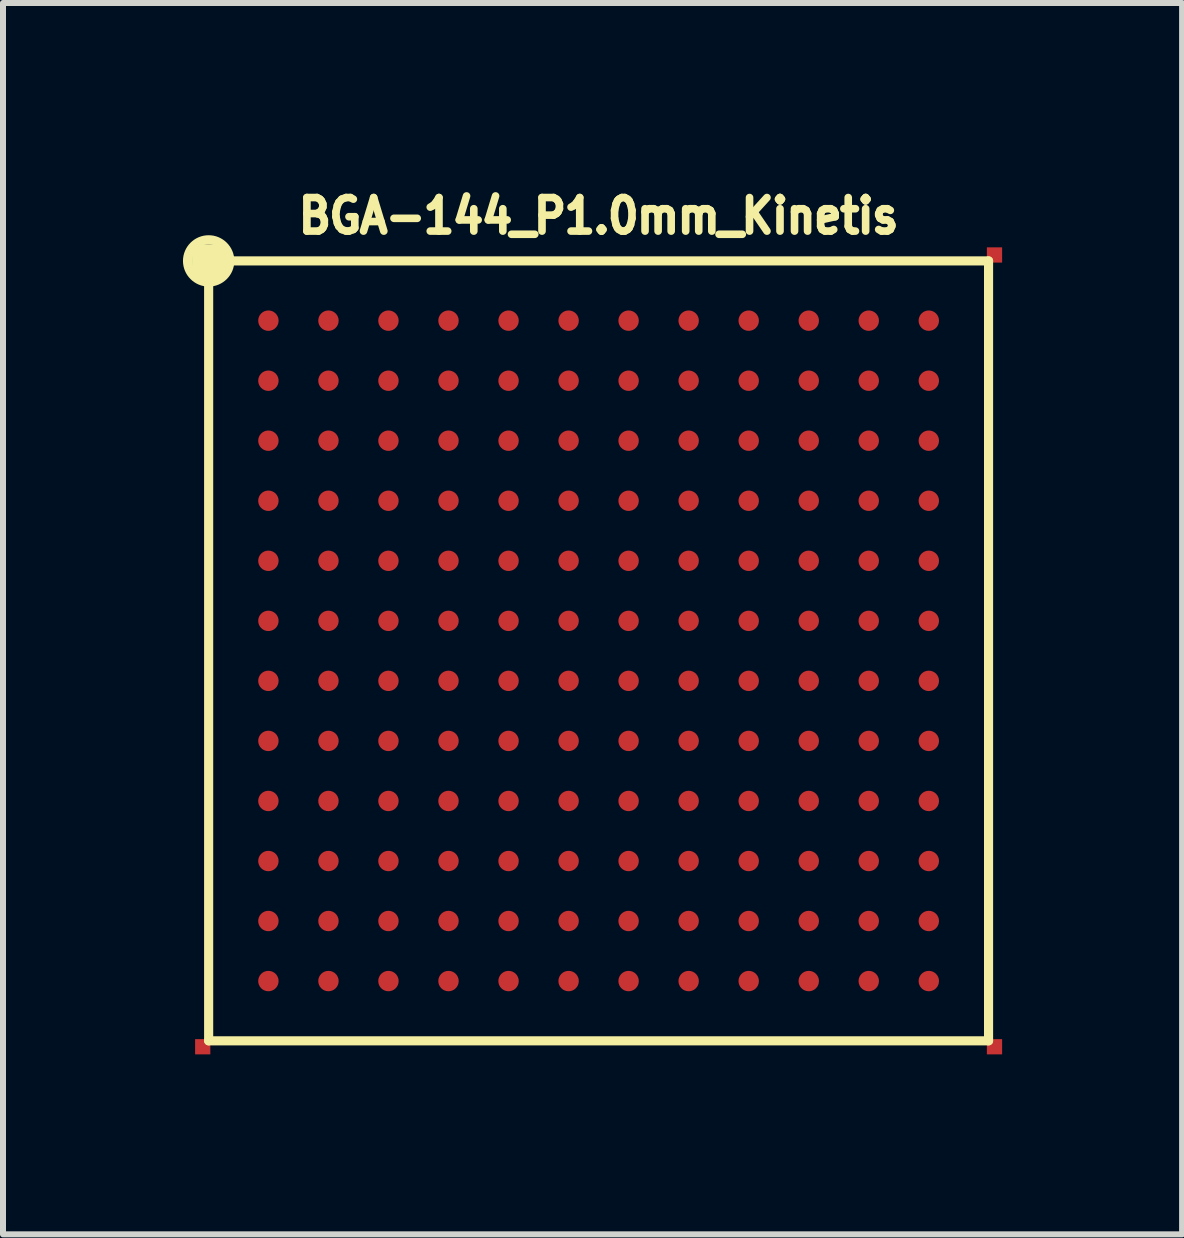
<source format=kicad_pcb>
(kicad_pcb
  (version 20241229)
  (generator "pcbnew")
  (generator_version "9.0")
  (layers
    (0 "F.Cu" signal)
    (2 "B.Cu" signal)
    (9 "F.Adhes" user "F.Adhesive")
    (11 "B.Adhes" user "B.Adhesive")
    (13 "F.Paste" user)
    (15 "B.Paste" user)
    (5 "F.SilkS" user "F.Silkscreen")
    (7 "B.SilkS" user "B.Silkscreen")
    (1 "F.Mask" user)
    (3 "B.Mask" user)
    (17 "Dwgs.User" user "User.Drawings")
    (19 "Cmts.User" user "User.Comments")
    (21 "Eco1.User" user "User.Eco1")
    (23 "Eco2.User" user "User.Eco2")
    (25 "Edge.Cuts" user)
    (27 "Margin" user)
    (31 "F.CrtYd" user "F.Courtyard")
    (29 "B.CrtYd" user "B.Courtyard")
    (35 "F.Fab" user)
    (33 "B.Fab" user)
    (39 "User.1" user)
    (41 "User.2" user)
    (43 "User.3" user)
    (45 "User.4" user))
  (footprint "BGA-144_P1.0mm_Kinetis"
    (layer "F.Cu")
    (at 6.928 7.799)
    (property "Reference" "BGA-144_P1.0mm_Kinetis" (at 0 -7.249 0) (layer "F.SilkS") (effects (font (size 0.559 0.508) (thickness 0.127))))
    (attr smd)
    (fp_line (start -6.701 -6.701) (end -6.701 -6.299) (stroke (width 0.152) (type solid)) (layer "F.SilkS"))
    (fp_line (start -6.701 -6.701) (end -6.299 -6.701) (stroke (width 0.152) (type solid)) (layer "F.SilkS"))
    (fp_line (start -6.599 -6.599) (end -6.599 -6.2) (stroke (width 0.152) (type solid)) (layer "F.SilkS"))
    (fp_line (start -6.599 -6.599) (end -6.2 -6.599) (stroke (width 0.152) (type solid)) (layer "F.SilkS"))
    (fp_line (start -6.5 -6.5) (end -6.5 6.5) (stroke (width 0.152) (type solid)) (layer "F.SilkS"))
    (fp_line (start -6.5 -6.299) (end -6.299 -6.299) (stroke (width 0.152) (type solid)) (layer "F.SilkS"))
    (fp_line (start -6.5 6.5) (end 6.5 6.5) (stroke (width 0.152) (type solid)) (layer "F.SilkS"))
    (fp_line (start -6.449 -6.401) (end -6.251 -6.401) (stroke (width 0.152) (type solid)) (layer "F.SilkS"))
    (fp_line (start 6.5 -6.5) (end -6.5 -6.5) (stroke (width 0.152) (type solid)) (layer "F.SilkS"))
    (fp_line (start 6.5 6.5) (end 6.5 -6.5) (stroke (width 0.152) (type solid)) (layer "F.SilkS"))
    (fp_circle (center -6.5 -6.5) (end -6.251 -6.251) (stroke (width 0.152) (type solid)) (fill no) (layer "F.SilkS"))
    (pad "0" smd rect (at -6.599 6.599) (size 0.254 0.254) (layers "F.Cu" "F.Mask"))
    (pad "0" smd rect (at 6.599 -6.599) (size 0.254 0.254) (layers "F.Cu" "F.Mask"))
    (pad "0" smd rect (at 6.599 6.599) (size 0.254 0.254) (layers "F.Cu" "F.Mask"))
    (pad "A1" smd circle (at -5.504 -5.504) (size 0.34 0.34) (layers "F.Cu" "F.Mask" "F.Paste"))
    (pad "A2" smd circle (at -4.503 -5.504) (size 0.34 0.34) (layers "F.Cu" "F.Mask" "F.Paste"))
    (pad "A3" smd circle (at -3.503 -5.504) (size 0.34 0.34) (layers "F.Cu" "F.Mask" "F.Paste"))
    (pad "A4" smd circle (at -2.502 -5.504) (size 0.34 0.34) (layers "F.Cu" "F.Mask" "F.Paste"))
    (pad "A5" smd circle (at -1.501 -5.504) (size 0.34 0.34) (layers "F.Cu" "F.Mask" "F.Paste"))
    (pad "A6" smd circle (at -0.5 -5.504) (size 0.34 0.34) (layers "F.Cu" "F.Mask" "F.Paste"))
    (pad "A7" smd circle (at 0.5 -5.504) (size 0.34 0.34) (layers "F.Cu" "F.Mask" "F.Paste"))
    (pad "A8" smd circle (at 1.501 -5.504) (size 0.34 0.34) (layers "F.Cu" "F.Mask" "F.Paste"))
    (pad "A9" smd circle (at 2.502 -5.504) (size 0.34 0.34) (layers "F.Cu" "F.Mask" "F.Paste"))
    (pad "A10" smd circle (at 3.503 -5.504) (size 0.34 0.34) (layers "F.Cu" "F.Mask" "F.Paste"))
    (pad "A11" smd circle (at 4.503 -5.504) (size 0.34 0.34) (layers "F.Cu" "F.Mask" "F.Paste"))
    (pad "A12" smd circle (at 5.504 -5.504) (size 0.34 0.34) (layers "F.Cu" "F.Mask" "F.Paste"))
    (pad "B1" smd circle (at -5.504 -4.503) (size 0.34 0.34) (layers "F.Cu" "F.Mask" "F.Paste"))
    (pad "B2" smd circle (at -4.503 -4.503) (size 0.34 0.34) (layers "F.Cu" "F.Mask" "F.Paste"))
    (pad "B3" smd circle (at -3.503 -4.503) (size 0.34 0.34) (layers "F.Cu" "F.Mask" "F.Paste"))
    (pad "B4" smd circle (at -2.502 -4.503) (size 0.34 0.34) (layers "F.Cu" "F.Mask" "F.Paste"))
    (pad "B5" smd circle (at -1.501 -4.503) (size 0.34 0.34) (layers "F.Cu" "F.Mask" "F.Paste"))
    (pad "B6" smd circle (at -0.5 -4.503) (size 0.34 0.34) (layers "F.Cu" "F.Mask" "F.Paste"))
    (pad "B7" smd circle (at 0.5 -4.503) (size 0.34 0.34) (layers "F.Cu" "F.Mask" "F.Paste"))
    (pad "B8" smd circle (at 1.501 -4.503) (size 0.34 0.34) (layers "F.Cu" "F.Mask" "F.Paste"))
    (pad "B9" smd circle (at 2.502 -4.503) (size 0.34 0.34) (layers "F.Cu" "F.Mask" "F.Paste"))
    (pad "B10" smd circle (at 3.503 -4.503) (size 0.34 0.34) (layers "F.Cu" "F.Mask" "F.Paste"))
    (pad "B11" smd circle (at 4.503 -4.503) (size 0.34 0.34) (layers "F.Cu" "F.Mask" "F.Paste"))
    (pad "B12" smd circle (at 5.504 -4.503) (size 0.34 0.34) (layers "F.Cu" "F.Mask" "F.Paste"))
    (pad "C1" smd circle (at -5.504 -3.503) (size 0.34 0.34) (layers "F.Cu" "F.Mask" "F.Paste"))
    (pad "C2" smd circle (at -4.503 -3.503) (size 0.34 0.34) (layers "F.Cu" "F.Mask" "F.Paste"))
    (pad "C3" smd circle (at -3.503 -3.503) (size 0.34 0.34) (layers "F.Cu" "F.Mask" "F.Paste"))
    (pad "C4" smd circle (at -2.502 -3.503) (size 0.34 0.34) (layers "F.Cu" "F.Mask" "F.Paste"))
    (pad "C5" smd circle (at -1.501 -3.503) (size 0.34 0.34) (layers "F.Cu" "F.Mask" "F.Paste"))
    (pad "C6" smd circle (at -0.5 -3.503) (size 0.34 0.34) (layers "F.Cu" "F.Mask" "F.Paste"))
    (pad "C7" smd circle (at 0.5 -3.503) (size 0.34 0.34) (layers "F.Cu" "F.Mask" "F.Paste"))
    (pad "C8" smd circle (at 1.501 -3.503) (size 0.34 0.34) (layers "F.Cu" "F.Mask" "F.Paste"))
    (pad "C9" smd circle (at 2.502 -3.503) (size 0.34 0.34) (layers "F.Cu" "F.Mask" "F.Paste"))
    (pad "C10" smd circle (at 3.503 -3.503) (size 0.34 0.34) (layers "F.Cu" "F.Mask" "F.Paste"))
    (pad "C11" smd circle (at 4.503 -3.503) (size 0.34 0.34) (layers "F.Cu" "F.Mask" "F.Paste"))
    (pad "C12" smd circle (at 5.504 -3.503) (size 0.34 0.34) (layers "F.Cu" "F.Mask" "F.Paste"))
    (pad "D1" smd circle (at -5.504 -2.502) (size 0.34 0.34) (layers "F.Cu" "F.Mask" "F.Paste"))
    (pad "D2" smd circle (at -4.503 -2.502) (size 0.34 0.34) (layers "F.Cu" "F.Mask" "F.Paste"))
    (pad "D3" smd circle (at -3.503 -2.502) (size 0.34 0.34) (layers "F.Cu" "F.Mask" "F.Paste"))
    (pad "D4" smd circle (at -2.502 -2.502) (size 0.34 0.34) (layers "F.Cu" "F.Mask" "F.Paste"))
    (pad "D5" smd circle (at -1.501 -2.502) (size 0.34 0.34) (layers "F.Cu" "F.Mask" "F.Paste"))
    (pad "D6" smd circle (at -0.5 -2.502) (size 0.34 0.34) (layers "F.Cu" "F.Mask" "F.Paste"))
    (pad "D7" smd circle (at 0.5 -2.502) (size 0.34 0.34) (layers "F.Cu" "F.Mask" "F.Paste"))
    (pad "D8" smd circle (at 1.501 -2.502) (size 0.34 0.34) (layers "F.Cu" "F.Mask" "F.Paste"))
    (pad "D9" smd circle (at 2.502 -2.502) (size 0.34 0.34) (layers "F.Cu" "F.Mask" "F.Paste"))
    (pad "D10" smd circle (at 3.503 -2.502) (size 0.34 0.34) (layers "F.Cu" "F.Mask" "F.Paste"))
    (pad "D11" smd circle (at 4.503 -2.502) (size 0.34 0.34) (layers "F.Cu" "F.Mask" "F.Paste"))
    (pad "D12" smd circle (at 5.504 -2.502) (size 0.34 0.34) (layers "F.Cu" "F.Mask" "F.Paste"))
    (pad "E1" smd circle (at -5.504 -1.501) (size 0.34 0.34) (layers "F.Cu" "F.Mask" "F.Paste"))
    (pad "E2" smd circle (at -4.503 -1.501) (size 0.34 0.34) (layers "F.Cu" "F.Mask" "F.Paste"))
    (pad "E3" smd circle (at -3.503 -1.501) (size 0.34 0.34) (layers "F.Cu" "F.Mask" "F.Paste"))
    (pad "E4" smd circle (at -2.502 -1.501) (size 0.34 0.34) (layers "F.Cu" "F.Mask" "F.Paste"))
    (pad "E5" smd circle (at -1.501 -1.501) (size 0.34 0.34) (layers "F.Cu" "F.Mask" "F.Paste"))
    (pad "E6" smd circle (at -0.5 -1.501) (size 0.34 0.34) (layers "F.Cu" "F.Mask" "F.Paste"))
    (pad "E7" smd circle (at 0.5 -1.501) (size 0.34 0.34) (layers "F.Cu" "F.Mask" "F.Paste"))
    (pad "E8" smd circle (at 1.501 -1.501) (size 0.34 0.34) (layers "F.Cu" "F.Mask" "F.Paste"))
    (pad "E9" smd circle (at 2.502 -1.501) (size 0.34 0.34) (layers "F.Cu" "F.Mask" "F.Paste"))
    (pad "E10" smd circle (at 3.503 -1.501) (size 0.34 0.34) (layers "F.Cu" "F.Mask" "F.Paste"))
    (pad "E11" smd circle (at 4.503 -1.501) (size 0.34 0.34) (layers "F.Cu" "F.Mask" "F.Paste"))
    (pad "E12" smd circle (at 5.504 -1.501) (size 0.34 0.34) (layers "F.Cu" "F.Mask" "F.Paste"))
    (pad "F1" smd circle (at -5.504 -0.5) (size 0.34 0.34) (layers "F.Cu" "F.Mask" "F.Paste"))
    (pad "F2" smd circle (at -4.503 -0.5) (size 0.34 0.34) (layers "F.Cu" "F.Mask" "F.Paste"))
    (pad "F3" smd circle (at -3.503 -0.5) (size 0.34 0.34) (layers "F.Cu" "F.Mask" "F.Paste"))
    (pad "F4" smd circle (at -2.502 -0.5) (size 0.34 0.34) (layers "F.Cu" "F.Mask" "F.Paste"))
    (pad "F5" smd circle (at -1.501 -0.5) (size 0.34 0.34) (layers "F.Cu" "F.Mask" "F.Paste"))
    (pad "F6" smd circle (at -0.5 -0.5) (size 0.34 0.34) (layers "F.Cu" "F.Mask" "F.Paste"))
    (pad "F7" smd circle (at 0.5 -0.5) (size 0.34 0.34) (layers "F.Cu" "F.Mask" "F.Paste"))
    (pad "F8" smd circle (at 1.501 -0.5) (size 0.34 0.34) (layers "F.Cu" "F.Mask" "F.Paste"))
    (pad "F9" smd circle (at 2.502 -0.5) (size 0.34 0.34) (layers "F.Cu" "F.Mask" "F.Paste"))
    (pad "F10" smd circle (at 3.503 -0.5) (size 0.34 0.34) (layers "F.Cu" "F.Mask" "F.Paste"))
    (pad "F11" smd circle (at 4.503 -0.5) (size 0.34 0.34) (layers "F.Cu" "F.Mask" "F.Paste"))
    (pad "F12" smd circle (at 5.504 -0.5) (size 0.34 0.34) (layers "F.Cu" "F.Mask" "F.Paste"))
    (pad "G1" smd circle (at -5.504 0.5) (size 0.34 0.34) (layers "F.Cu" "F.Mask" "F.Paste"))
    (pad "G2" smd circle (at -4.503 0.5) (size 0.34 0.34) (layers "F.Cu" "F.Mask" "F.Paste"))
    (pad "G3" smd circle (at -3.503 0.5) (size 0.34 0.34) (layers "F.Cu" "F.Mask" "F.Paste"))
    (pad "G4" smd circle (at -2.502 0.5) (size 0.34 0.34) (layers "F.Cu" "F.Mask" "F.Paste"))
    (pad "G5" smd circle (at -1.501 0.5) (size 0.34 0.34) (layers "F.Cu" "F.Mask" "F.Paste"))
    (pad "G6" smd circle (at -0.5 0.5) (size 0.34 0.34) (layers "F.Cu" "F.Mask" "F.Paste"))
    (pad "G7" smd circle (at 0.5 0.5) (size 0.34 0.34) (layers "F.Cu" "F.Mask" "F.Paste"))
    (pad "G8" smd circle (at 1.501 0.5) (size 0.34 0.34) (layers "F.Cu" "F.Mask" "F.Paste"))
    (pad "G9" smd circle (at 2.502 0.5) (size 0.34 0.34) (layers "F.Cu" "F.Mask" "F.Paste"))
    (pad "G10" smd circle (at 3.503 0.5) (size 0.34 0.34) (layers "F.Cu" "F.Mask" "F.Paste"))
    (pad "G11" smd circle (at 4.503 0.5) (size 0.34 0.34) (layers "F.Cu" "F.Mask" "F.Paste"))
    (pad "G12" smd circle (at 5.504 0.5) (size 0.34 0.34) (layers "F.Cu" "F.Mask" "F.Paste"))
    (pad "H1" smd circle (at -5.504 1.501) (size 0.34 0.34) (layers "F.Cu" "F.Mask" "F.Paste"))
    (pad "H2" smd circle (at -4.503 1.501) (size 0.34 0.34) (layers "F.Cu" "F.Mask" "F.Paste"))
    (pad "H3" smd circle (at -3.503 1.501) (size 0.34 0.34) (layers "F.Cu" "F.Mask" "F.Paste"))
    (pad "H4" smd circle (at -2.502 1.501) (size 0.34 0.34) (layers "F.Cu" "F.Mask" "F.Paste"))
    (pad "H5" smd circle (at -1.501 1.501) (size 0.34 0.34) (layers "F.Cu" "F.Mask" "F.Paste"))
    (pad "H6" smd circle (at -0.5 1.501) (size 0.34 0.34) (layers "F.Cu" "F.Mask" "F.Paste"))
    (pad "H7" smd circle (at 0.5 1.501) (size 0.34 0.34) (layers "F.Cu" "F.Mask" "F.Paste"))
    (pad "H8" smd circle (at 1.501 1.501) (size 0.34 0.34) (layers "F.Cu" "F.Mask" "F.Paste"))
    (pad "H9" smd circle (at 2.502 1.501) (size 0.34 0.34) (layers "F.Cu" "F.Mask" "F.Paste"))
    (pad "H10" smd circle (at 3.503 1.501) (size 0.34 0.34) (layers "F.Cu" "F.Mask" "F.Paste"))
    (pad "H11" smd circle (at 4.503 1.501) (size 0.34 0.34) (layers "F.Cu" "F.Mask" "F.Paste"))
    (pad "H12" smd circle (at 5.504 1.501) (size 0.34 0.34) (layers "F.Cu" "F.Mask" "F.Paste"))
    (pad "J1" smd circle (at -5.504 2.502) (size 0.34 0.34) (layers "F.Cu" "F.Mask" "F.Paste"))
    (pad "J2" smd circle (at -4.503 2.502) (size 0.34 0.34) (layers "F.Cu" "F.Mask" "F.Paste"))
    (pad "J3" smd circle (at -3.503 2.502) (size 0.34 0.34) (layers "F.Cu" "F.Mask" "F.Paste"))
    (pad "J4" smd circle (at -2.502 2.502) (size 0.34 0.34) (layers "F.Cu" "F.Mask" "F.Paste"))
    (pad "J5" smd circle (at -1.501 2.502) (size 0.34 0.34) (layers "F.Cu" "F.Mask" "F.Paste"))
    (pad "J6" smd circle (at -0.5 2.502) (size 0.34 0.34) (layers "F.Cu" "F.Mask" "F.Paste"))
    (pad "J7" smd circle (at 0.5 2.502) (size 0.34 0.34) (layers "F.Cu" "F.Mask" "F.Paste"))
    (pad "J8" smd circle (at 1.501 2.502) (size 0.34 0.34) (layers "F.Cu" "F.Mask" "F.Paste"))
    (pad "J9" smd circle (at 2.502 2.502) (size 0.34 0.34) (layers "F.Cu" "F.Mask" "F.Paste"))
    (pad "J10" smd circle (at 3.503 2.502) (size 0.34 0.34) (layers "F.Cu" "F.Mask" "F.Paste"))
    (pad "J11" smd circle (at 4.503 2.502) (size 0.34 0.34) (layers "F.Cu" "F.Mask" "F.Paste"))
    (pad "J12" smd circle (at 5.504 2.502) (size 0.34 0.34) (layers "F.Cu" "F.Mask" "F.Paste"))
    (pad "K1" smd circle (at -5.504 3.503) (size 0.34 0.34) (layers "F.Cu" "F.Mask" "F.Paste"))
    (pad "K2" smd circle (at -4.503 3.503) (size 0.34 0.34) (layers "F.Cu" "F.Mask" "F.Paste"))
    (pad "K3" smd circle (at -3.503 3.503) (size 0.34 0.34) (layers "F.Cu" "F.Mask" "F.Paste"))
    (pad "K4" smd circle (at -2.502 3.503) (size 0.34 0.34) (layers "F.Cu" "F.Mask" "F.Paste"))
    (pad "K5" smd circle (at -1.501 3.503) (size 0.34 0.34) (layers "F.Cu" "F.Mask" "F.Paste"))
    (pad "K6" smd circle (at -0.5 3.503) (size 0.34 0.34) (layers "F.Cu" "F.Mask" "F.Paste"))
    (pad "K7" smd circle (at 0.5 3.503) (size 0.34 0.34) (layers "F.Cu" "F.Mask" "F.Paste"))
    (pad "K8" smd circle (at 1.501 3.503) (size 0.34 0.34) (layers "F.Cu" "F.Mask" "F.Paste"))
    (pad "K9" smd circle (at 2.502 3.503) (size 0.34 0.34) (layers "F.Cu" "F.Mask" "F.Paste"))
    (pad "K10" smd circle (at 3.503 3.503) (size 0.34 0.34) (layers "F.Cu" "F.Mask" "F.Paste"))
    (pad "K11" smd circle (at 4.503 3.503) (size 0.34 0.34) (layers "F.Cu" "F.Mask" "F.Paste"))
    (pad "K12" smd circle (at 5.504 3.503) (size 0.34 0.34) (layers "F.Cu" "F.Mask" "F.Paste"))
    (pad "L1" smd circle (at -5.504 4.503) (size 0.34 0.34) (layers "F.Cu" "F.Mask" "F.Paste"))
    (pad "L2" smd circle (at -4.503 4.503) (size 0.34 0.34) (layers "F.Cu" "F.Mask" "F.Paste"))
    (pad "L3" smd circle (at -3.503 4.503) (size 0.34 0.34) (layers "F.Cu" "F.Mask" "F.Paste"))
    (pad "L4" smd circle (at -2.502 4.503) (size 0.34 0.34) (layers "F.Cu" "F.Mask" "F.Paste"))
    (pad "L5" smd circle (at -1.501 4.503) (size 0.34 0.34) (layers "F.Cu" "F.Mask" "F.Paste"))
    (pad "L6" smd circle (at -0.5 4.503) (size 0.34 0.34) (layers "F.Cu" "F.Mask" "F.Paste"))
    (pad "L7" smd circle (at 0.5 4.503) (size 0.34 0.34) (layers "F.Cu" "F.Mask" "F.Paste"))
    (pad "L8" smd circle (at 1.501 4.503) (size 0.34 0.34) (layers "F.Cu" "F.Mask" "F.Paste"))
    (pad "L9" smd circle (at 2.502 4.503) (size 0.34 0.34) (layers "F.Cu" "F.Mask" "F.Paste"))
    (pad "L10" smd circle (at 3.503 4.503) (size 0.34 0.34) (layers "F.Cu" "F.Mask" "F.Paste"))
    (pad "L11" smd circle (at 4.503 4.503) (size 0.34 0.34) (layers "F.Cu" "F.Mask" "F.Paste"))
    (pad "L12" smd circle (at 5.504 4.503) (size 0.34 0.34) (layers "F.Cu" "F.Mask" "F.Paste"))
    (pad "M1" smd circle (at -5.504 5.504) (size 0.34 0.34) (layers "F.Cu" "F.Mask" "F.Paste"))
    (pad "M2" smd circle (at -4.503 5.504) (size 0.34 0.34) (layers "F.Cu" "F.Mask" "F.Paste"))
    (pad "M3" smd circle (at -3.503 5.504) (size 0.34 0.34) (layers "F.Cu" "F.Mask" "F.Paste"))
    (pad "M4" smd circle (at -2.502 5.504) (size 0.34 0.34) (layers "F.Cu" "F.Mask" "F.Paste"))
    (pad "M5" smd circle (at -1.501 5.504) (size 0.34 0.34) (layers "F.Cu" "F.Mask" "F.Paste"))
    (pad "M6" smd circle (at -0.5 5.504) (size 0.34 0.34) (layers "F.Cu" "F.Mask" "F.Paste"))
    (pad "M7" smd circle (at 0.5 5.504) (size 0.34 0.34) (layers "F.Cu" "F.Mask" "F.Paste"))
    (pad "M8" smd circle (at 1.501 5.504) (size 0.34 0.34) (layers "F.Cu" "F.Mask" "F.Paste"))
    (pad "M9" smd circle (at 2.502 5.504) (size 0.34 0.34) (layers "F.Cu" "F.Mask" "F.Paste"))
    (pad "M10" smd circle (at 3.503 5.504) (size 0.34 0.34) (layers "F.Cu" "F.Mask" "F.Paste"))
    (pad "M11" smd circle (at 4.503 5.504) (size 0.34 0.34) (layers "F.Cu" "F.Mask" "F.Paste"))
    (pad "M12" smd circle (at 5.504 5.504) (size 0.34 0.34) (layers "F.Cu" "F.Mask" "F.Paste")))
  (gr_rect
    (start -3 -3)
    (end 16.654 17.525)
    (stroke (width 0.1) (type default))
    (fill no)
    (layer "Edge.Cuts")))
</source>
